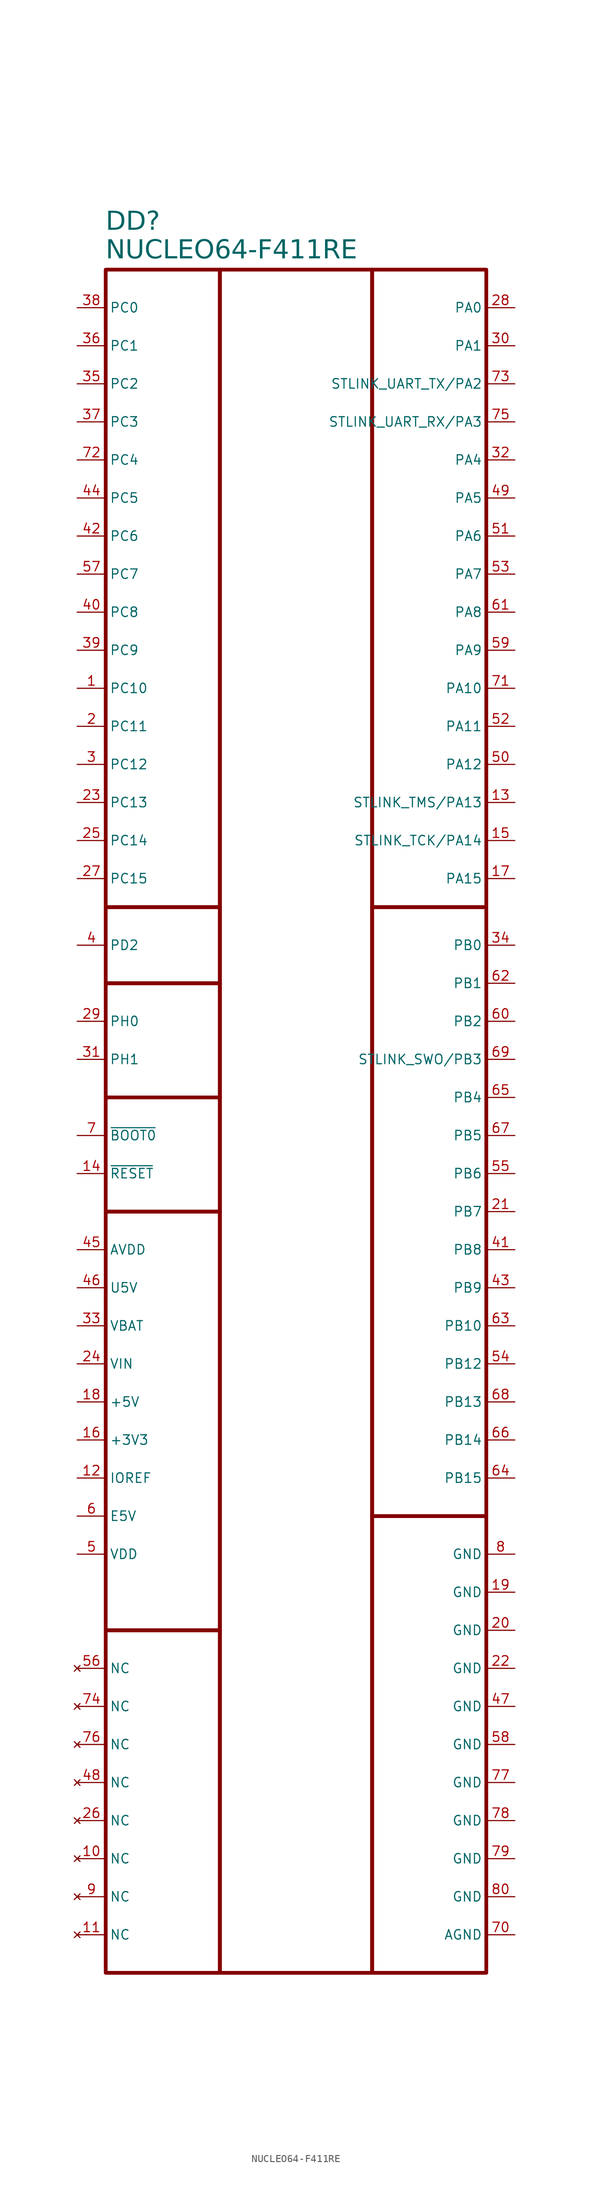
<source format=kicad_sym>
(kicad_symbol_lib
  (version 20231120)
  (generator "kicad_symbol_editor")
  (generator_version "8.0")
  (symbol "NUCLEO64-F411RE"
    (property "Reference" "DD"
      (at -25.4 6.35 0)
      (effects (font (face "GOST type A") (size 2.5 2.5) (italic yes)) (justify left)))
    (property "Value" "NUCLEO64-F411RE"
      (at -25.4 2.54 0)
      (effects (font (face "GOST type A") (size 2.5 2.5) (italic yes)) (justify left)))
    (symbol "NUCLEO64-F411RE_1_1"
      (rectangle (start -25.4 -181.61) (end -10.16 -227.33) (stroke (width 0.5) (type default)) (fill (type none)))
      (rectangle (start -25.4 -125.73) (end -10.16 -181.61) (stroke (width 0.5) (type default)) (fill (type none)))
      (rectangle (start -25.4 -110.49) (end -10.16 -125.73) (stroke (width 0.5) (type default)) (fill (type none)))
      (rectangle (start -25.4 -95.25) (end -10.16 -110.49) (stroke (width 0.5) (type default)) (fill (type none)))
      (rectangle (start -25.4 -85.09) (end -10.16 -95.25) (stroke (width 0.5) (type default)) (fill (type none)))
      (rectangle (start -25.4 0) (end -10.16 -85.09) (stroke (width 0.5) (type default)) (fill (type none)))
      (rectangle (start -10.16 0) (end 10.16 -227.33) (stroke (width 0.5) (type default)) (fill (type none)))
      (rectangle (start 10.16 -166.37) (end 25.4 -227.33) (stroke (width 0.5) (type default)) (fill (type none)))
      (rectangle (start 10.16 -85.09) (end 25.4 -166.37) (stroke (width 0.5) (type default)) (fill (type none)))
      (rectangle (start 10.16 0) (end 25.4 -85.09) (stroke (width 0.5) (type default)) (fill (type none)))
      (pin bidirectional line (at -29.21 -55.88 0) (length 3.81) (name "PC10" (effects (font (size 1.27 1.27)))) (number "1" (effects (font (size 1.27 1.27)))))
      (pin no_connect line (at -29.21 -212.09 0) (length 3.81) (name "NC" (effects (font (size 1.27 1.27)))) (number "10" (effects (font (size 1.27 1.27)))))
      (pin no_connect line (at -29.21 -222.25 0) (length 3.81) (name "NC" (effects (font (size 1.27 1.27)))) (number "11" (effects (font (size 1.27 1.27)))))
      (pin power_out line (at -29.21 -161.29 0) (length 3.81) (name "IOREF" (effects (font (size 1.27 1.27)))) (number "12" (effects (font (size 1.27 1.27)))))
      (pin bidirectional line (at 29.21 -71.12 180) (length 3.81) (name "STLINK_TMS/PA13" (effects (font (size 1.27 1.27)))) (number "13" (effects (font (size 1.27 1.27)))))
      (pin input line (at -29.21 -120.65 0) (length 3.81) (name "~{RESET}" (effects (font (size 1.27 1.27)))) (number "14" (effects (font (size 1.27 1.27)))))
      (pin bidirectional line (at 29.21 -76.2 180) (length 3.81) (name "STLINK_TCK/PA14" (effects (font (size 1.27 1.27)))) (number "15" (effects (font (size 1.27 1.27)))))
      (pin power_out line (at -29.21 -156.21 0) (length 3.81) (name "+3V3" (effects (font (size 1.27 1.27)))) (number "16" (effects (font (size 1.27 1.27)))))
      (pin bidirectional line (at 29.21 -81.28 180) (length 3.81) (name "PA15" (effects (font (size 1.27 1.27)))) (number "17" (effects (font (size 1.27 1.27)))))
      (pin power_out line (at -29.21 -151.13 0) (length 3.81) (name "+5V" (effects (font (size 1.27 1.27)))) (number "18" (effects (font (size 1.27 1.27)))))
      (pin power_in line (at 29.21 -176.53 180) (length 3.81) (name "GND" (effects (font (size 1.27 1.27)))) (number "19" (effects (font (size 1.27 1.27)))))
      (pin bidirectional line (at -29.21 -60.96 0) (length 3.81) (name "PC11" (effects (font (size 1.27 1.27)))) (number "2" (effects (font (size 1.27 1.27)))))
      (pin power_in line (at 29.21 -181.61 180) (length 3.81) (name "GND" (effects (font (size 1.27 1.27)))) (number "20" (effects (font (size 1.27 1.27)))))
      (pin bidirectional line (at 29.21 -125.73 180) (length 3.81) (name "PB7" (effects (font (size 1.27 1.27)))) (number "21" (effects (font (size 1.27 1.27)))))
      (pin power_in line (at 29.21 -186.69 180) (length 3.81) (name "GND" (effects (font (size 1.27 1.27)))) (number "22" (effects (font (size 1.27 1.27)))))
      (pin bidirectional line (at -29.21 -71.12 0) (length 3.81) (name "PC13" (effects (font (size 1.27 1.27)))) (number "23" (effects (font (size 1.27 1.27)))))
      (pin power_in line (at -29.21 -146.05 0) (length 3.81) (name "VIN" (effects (font (size 1.27 1.27)))) (number "24" (effects (font (size 1.27 1.27)))))
      (pin bidirectional line (at -29.21 -76.2 0) (length 3.81) (name "PC14" (effects (font (size 1.27 1.27)))) (number "25" (effects (font (size 1.27 1.27)))))
      (pin no_connect line (at -29.21 -207.01 0) (length 3.81) (name "NC" (effects (font (size 1.27 1.27)))) (number "26" (effects (font (size 1.27 1.27)))))
      (pin bidirectional line (at -29.21 -81.28 0) (length 3.81) (name "PC15" (effects (font (size 1.27 1.27)))) (number "27" (effects (font (size 1.27 1.27)))))
      (pin bidirectional line (at 29.21 -5.08 180) (length 3.81) (name "PA0" (effects (font (size 1.27 1.27)))) (number "28" (effects (font (size 1.27 1.27)))))
      (pin bidirectional line (at -29.21 -100.33 0) (length 3.81) (name "PH0" (effects (font (size 1.27 1.27)))) (number "29" (effects (font (size 1.27 1.27)))))
      (pin bidirectional line (at -29.21 -66.04 0) (length 3.81) (name "PC12" (effects (font (size 1.27 1.27)))) (number "3" (effects (font (size 1.27 1.27)))))
      (pin bidirectional line (at 29.21 -10.16 180) (length 3.81) (name "PA1" (effects (font (size 1.27 1.27)))) (number "30" (effects (font (size 1.27 1.27)))))
      (pin bidirectional line (at -29.21 -105.41 0) (length 3.81) (name "PH1" (effects (font (size 1.27 1.27)))) (number "31" (effects (font (size 1.27 1.27)))))
      (pin bidirectional line (at 29.21 -25.4 180) (length 3.81) (name "PA4" (effects (font (size 1.27 1.27)))) (number "32" (effects (font (size 1.27 1.27)))))
      (pin power_in line (at -29.21 -140.97 0) (length 3.81) (name "VBAT" (effects (font (size 1.27 1.27)))) (number "33" (effects (font (size 1.27 1.27)))))
      (pin bidirectional line (at 29.21 -90.17 180) (length 3.81) (name "PB0" (effects (font (size 1.27 1.27)))) (number "34" (effects (font (size 1.27 1.27)))))
      (pin bidirectional line (at -29.21 -15.24 0) (length 3.81) (name "PC2" (effects (font (size 1.27 1.27)))) (number "35" (effects (font (size 1.27 1.27)))))
      (pin bidirectional line (at -29.21 -10.16 0) (length 3.81) (name "PC1" (effects (font (size 1.27 1.27)))) (number "36" (effects (font (size 1.27 1.27)))))
      (pin bidirectional line (at -29.21 -20.32 0) (length 3.81) (name "PC3" (effects (font (size 1.27 1.27)))) (number "37" (effects (font (size 1.27 1.27)))))
      (pin bidirectional line (at -29.21 -5.08 0) (length 3.81) (name "PC0" (effects (font (size 1.27 1.27)))) (number "38" (effects (font (size 1.27 1.27)))))
      (pin bidirectional line (at -29.21 -50.8 0) (length 3.81) (name "PC9" (effects (font (size 1.27 1.27)))) (number "39" (effects (font (size 1.27 1.27)))))
      (pin bidirectional line (at -29.21 -90.17 0) (length 3.81) (name "PD2" (effects (font (size 1.27 1.27)))) (number "4" (effects (font (size 1.27 1.27)))))
      (pin bidirectional line (at -29.21 -45.72 0) (length 3.81) (name "PC8" (effects (font (size 1.27 1.27)))) (number "40" (effects (font (size 1.27 1.27)))))
      (pin bidirectional line (at 29.21 -130.81 180) (length 3.81) (name "PB8" (effects (font (size 1.27 1.27)))) (number "41" (effects (font (size 1.27 1.27)))))
      (pin bidirectional line (at -29.21 -35.56 0) (length 3.81) (name "PC6" (effects (font (size 1.27 1.27)))) (number "42" (effects (font (size 1.27 1.27)))))
      (pin bidirectional line (at 29.21 -135.89 180) (length 3.81) (name "PB9" (effects (font (size 1.27 1.27)))) (number "43" (effects (font (size 1.27 1.27)))))
      (pin bidirectional line (at -29.21 -30.48 0) (length 3.81) (name "PC5" (effects (font (size 1.27 1.27)))) (number "44" (effects (font (size 1.27 1.27)))))
      (pin power_out line (at -29.21 -130.81 0) (length 3.81) (name "AVDD" (effects (font (size 1.27 1.27)))) (number "45" (effects (font (size 1.27 1.27)))))
      (pin power_out line (at -29.21 -135.89 0) (length 3.81) (name "U5V" (effects (font (size 1.27 1.27)))) (number "46" (effects (font (size 1.27 1.27)))))
      (pin power_in line (at 29.21 -191.77 180) (length 3.81) (name "GND" (effects (font (size 1.27 1.27)))) (number "47" (effects (font (size 1.27 1.27)))))
      (pin no_connect line (at -29.21 -201.93 0) (length 3.81) (name "NC" (effects (font (size 1.27 1.27)))) (number "48" (effects (font (size 1.27 1.27)))))
      (pin bidirectional line (at 29.21 -30.48 180) (length 3.81) (name "PA5" (effects (font (size 1.27 1.27)))) (number "49" (effects (font (size 1.27 1.27)))))
      (pin power_out line (at -29.21 -171.45 0) (length 3.81) (name "VDD" (effects (font (size 1.27 1.27)))) (number "5" (effects (font (size 1.27 1.27)))))
      (pin bidirectional line (at 29.21 -66.04 180) (length 3.81) (name "PA12" (effects (font (size 1.27 1.27)))) (number "50" (effects (font (size 1.27 1.27)))))
      (pin bidirectional line (at 29.21 -35.56 180) (length 3.81) (name "PA6" (effects (font (size 1.27 1.27)))) (number "51" (effects (font (size 1.27 1.27)))))
      (pin bidirectional line (at 29.21 -60.96 180) (length 3.81) (name "PA11" (effects (font (size 1.27 1.27)))) (number "52" (effects (font (size 1.27 1.27)))))
      (pin bidirectional line (at 29.21 -40.64 180) (length 3.81) (name "PA7" (effects (font (size 1.27 1.27)))) (number "53" (effects (font (size 1.27 1.27)))))
      (pin bidirectional line (at 29.21 -146.05 180) (length 3.81) (name "PB12" (effects (font (size 1.27 1.27)))) (number "54" (effects (font (size 1.27 1.27)))))
      (pin bidirectional line (at 29.21 -120.65 180) (length 3.81) (name "PB6" (effects (font (size 1.27 1.27)))) (number "55" (effects (font (size 1.27 1.27)))))
      (pin no_connect line (at -29.21 -186.69 0) (length 3.81) (name "NC" (effects (font (size 1.27 1.27)))) (number "56" (effects (font (size 1.27 1.27)))))
      (pin bidirectional line (at -29.21 -40.64 0) (length 3.81) (name "PC7" (effects (font (size 1.27 1.27)))) (number "57" (effects (font (size 1.27 1.27)))))
      (pin power_in line (at 29.21 -196.85 180) (length 3.81) (name "GND" (effects (font (size 1.27 1.27)))) (number "58" (effects (font (size 1.27 1.27)))))
      (pin bidirectional line (at 29.21 -50.8 180) (length 3.81) (name "PA9" (effects (font (size 1.27 1.27)))) (number "59" (effects (font (size 1.27 1.27)))))
      (pin power_in line (at -29.21 -166.37 0) (length 3.81) (name "E5V" (effects (font (size 1.27 1.27)))) (number "6" (effects (font (size 1.27 1.27)))))
      (pin bidirectional line (at 29.21 -100.33 180) (length 3.81) (name "PB2" (effects (font (size 1.27 1.27)))) (number "60" (effects (font (size 1.27 1.27)))))
      (pin bidirectional line (at 29.21 -45.72 180) (length 3.81) (name "PA8" (effects (font (size 1.27 1.27)))) (number "61" (effects (font (size 1.27 1.27)))))
      (pin bidirectional line (at 29.21 -95.25 180) (length 3.81) (name "PB1" (effects (font (size 1.27 1.27)))) (number "62" (effects (font (size 1.27 1.27)))))
      (pin bidirectional line (at 29.21 -140.97 180) (length 3.81) (name "PB10" (effects (font (size 1.27 1.27)))) (number "63" (effects (font (size 1.27 1.27)))))
      (pin bidirectional line (at 29.21 -161.29 180) (length 3.81) (name "PB15" (effects (font (size 1.27 1.27)))) (number "64" (effects (font (size 1.27 1.27)))))
      (pin bidirectional line (at 29.21 -110.49 180) (length 3.81) (name "PB4" (effects (font (size 1.27 1.27)))) (number "65" (effects (font (size 1.27 1.27)))))
      (pin bidirectional line (at 29.21 -156.21 180) (length 3.81) (name "PB14" (effects (font (size 1.27 1.27)))) (number "66" (effects (font (size 1.27 1.27)))))
      (pin bidirectional line (at 29.21 -115.57 180) (length 3.81) (name "PB5" (effects (font (size 1.27 1.27)))) (number "67" (effects (font (size 1.27 1.27)))))
      (pin bidirectional line (at 29.21 -151.13 180) (length 3.81) (name "PB13" (effects (font (size 1.27 1.27)))) (number "68" (effects (font (size 1.27 1.27)))))
      (pin bidirectional line (at 29.21 -105.41 180) (length 3.81) (name "STLINK_SWO/PB3" (effects (font (size 1.27 1.27)))) (number "69" (effects (font (size 1.27 1.27)))))
      (pin input line (at -29.21 -115.57 0) (length 3.81) (name "~{BOOT0}" (effects (font (size 1.27 1.27)))) (number "7" (effects (font (size 1.27 1.27)))))
      (pin power_in line (at 29.21 -222.25 180) (length 3.81) (name "AGND" (effects (font (size 1.27 1.27)))) (number "70" (effects (font (size 1.27 1.27)))))
      (pin bidirectional line (at 29.21 -55.88 180) (length 3.81) (name "PA10" (effects (font (size 1.27 1.27)))) (number "71" (effects (font (size 1.27 1.27)))))
      (pin bidirectional line (at -29.21 -25.4 0) (length 3.81) (name "PC4" (effects (font (size 1.27 1.27)))) (number "72" (effects (font (size 1.27 1.27)))))
      (pin bidirectional line (at 29.21 -15.24 180) (length 3.81) (name "STLINK_UART_TX/PA2" (effects (font (size 1.27 1.27)))) (number "73" (effects (font (size 1.27 1.27)))))
      (pin no_connect line (at -29.21 -191.77 0) (length 3.81) (name "NC" (effects (font (size 1.27 1.27)))) (number "74" (effects (font (size 1.27 1.27)))))
      (pin bidirectional line (at 29.21 -20.32 180) (length 3.81) (name "STLINK_UART_RX/PA3" (effects (font (size 1.27 1.27)))) (number "75" (effects (font (size 1.27 1.27)))))
      (pin no_connect line (at -29.21 -196.85 0) (length 3.81) (name "NC" (effects (font (size 1.27 1.27)))) (number "76" (effects (font (size 1.27 1.27)))))
      (pin power_in line (at 29.21 -201.93 180) (length 3.81) (name "GND" (effects (font (size 1.27 1.27)))) (number "77" (effects (font (size 1.27 1.27)))))
      (pin power_in line (at 29.21 -207.01 180) (length 3.81) (name "GND" (effects (font (size 1.27 1.27)))) (number "78" (effects (font (size 1.27 1.27)))))
      (pin power_in line (at 29.21 -212.09 180) (length 3.81) (name "GND" (effects (font (size 1.27 1.27)))) (number "79" (effects (font (size 1.27 1.27)))))
      (pin power_in line (at 29.21 -171.45 180) (length 3.81) (name "GND" (effects (font (size 1.27 1.27)))) (number "8" (effects (font (size 1.27 1.27)))))
      (pin power_in line (at 29.21 -217.17 180) (length 3.81) (name "GND" (effects (font (size 1.27 1.27)))) (number "80" (effects (font (size 1.27 1.27)))))
      (pin no_connect line (at -29.21 -217.17 0) (length 3.81) (name "NC" (effects (font (size 1.27 1.27)))) (number "9" (effects (font (size 1.27 1.27))))))))
</source>
